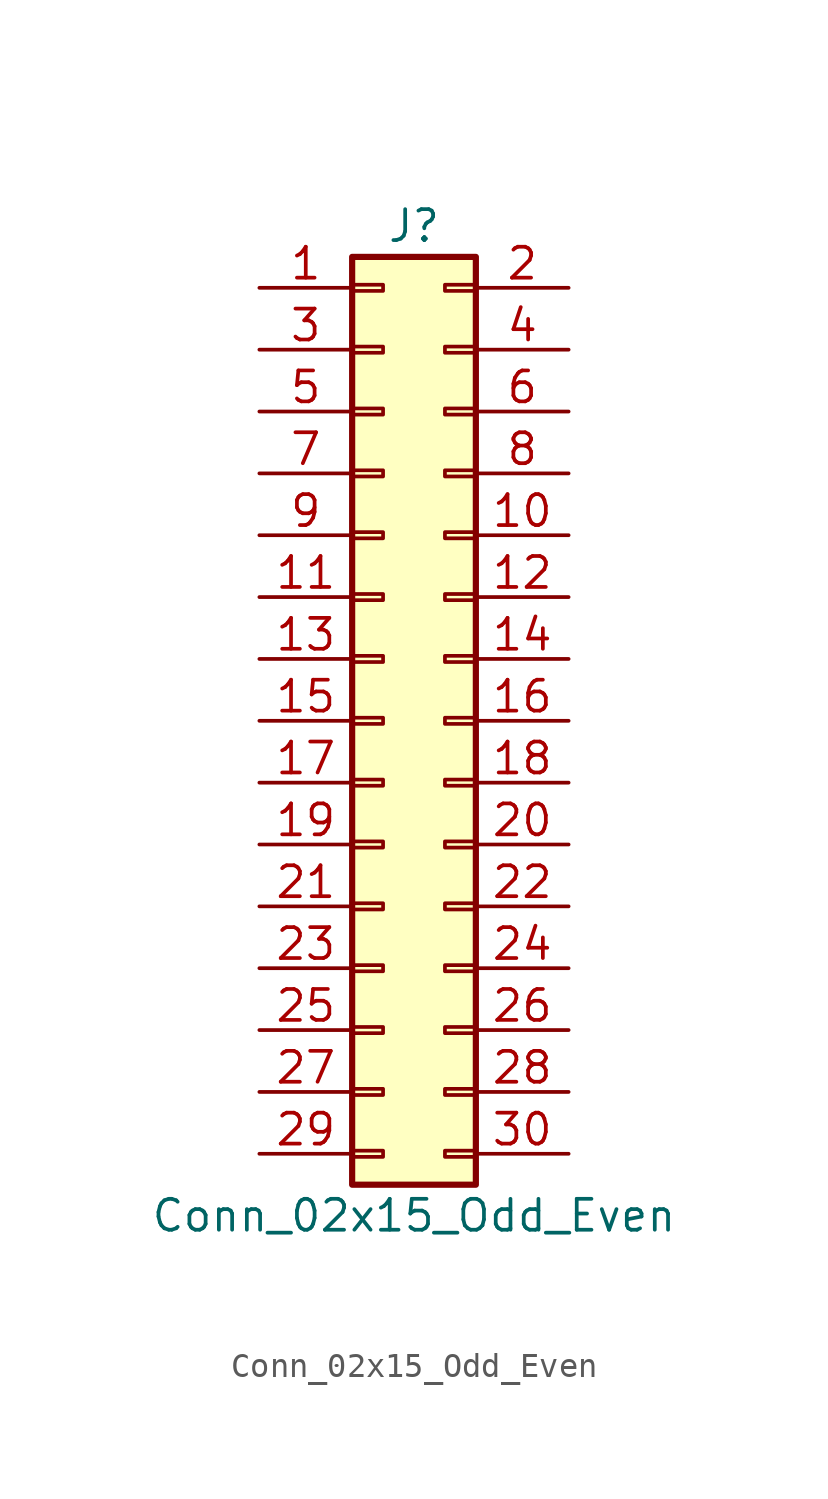
<source format=kicad_sym>
(kicad_symbol_lib
  (version 20211014)
  (generator kicad_symbol_editor)
  (symbol "Conn_02x15_Odd_Even"
    (pin_names
      (offset 1.016) hide)
    (property "Reference" "J"
      (at 1.27 20.32 0)
      (effects (font (size 1.27 1.27))))
    (property "Value" "Conn_02x15_Odd_Even"
      (at 1.27 -20.32 0)
      (effects (font (size 1.27 1.27))))
    (symbol "Conn_02x15_Odd_Even_1_1"
      (rectangle (start -1.27 -17.653) (end 0 -17.907) (stroke (width 0.152) (type default) (color 0 0 0 0)) (fill (type none)))
      (rectangle (start -1.27 -15.113) (end 0 -15.367) (stroke (width 0.152) (type default) (color 0 0 0 0)) (fill (type none)))
      (rectangle (start -1.27 -12.573) (end 0 -12.827) (stroke (width 0.152) (type default) (color 0 0 0 0)) (fill (type none)))
      (rectangle (start -1.27 -10.033) (end 0 -10.287) (stroke (width 0.152) (type default) (color 0 0 0 0)) (fill (type none)))
      (rectangle (start -1.27 -7.493) (end 0 -7.747) (stroke (width 0.152) (type default) (color 0 0 0 0)) (fill (type none)))
      (rectangle (start -1.27 -4.953) (end 0 -5.207) (stroke (width 0.152) (type default) (color 0 0 0 0)) (fill (type none)))
      (rectangle (start -1.27 -2.413) (end 0 -2.667) (stroke (width 0.152) (type default) (color 0 0 0 0)) (fill (type none)))
      (rectangle (start -1.27 0.127) (end 0 -0.127) (stroke (width 0.152) (type default) (color 0 0 0 0)) (fill (type none)))
      (rectangle (start -1.27 2.667) (end 0 2.413) (stroke (width 0.152) (type default) (color 0 0 0 0)) (fill (type none)))
      (rectangle (start -1.27 5.207) (end 0 4.953) (stroke (width 0.152) (type default) (color 0 0 0 0)) (fill (type none)))
      (rectangle (start -1.27 7.747) (end 0 7.493) (stroke (width 0.152) (type default) (color 0 0 0 0)) (fill (type none)))
      (rectangle (start -1.27 10.287) (end 0 10.033) (stroke (width 0.152) (type default) (color 0 0 0 0)) (fill (type none)))
      (rectangle (start -1.27 12.827) (end 0 12.573) (stroke (width 0.152) (type default) (color 0 0 0 0)) (fill (type none)))
      (rectangle (start -1.27 15.367) (end 0 15.113) (stroke (width 0.152) (type default) (color 0 0 0 0)) (fill (type none)))
      (rectangle (start -1.27 17.907) (end 0 17.653) (stroke (width 0.152) (type default) (color 0 0 0 0)) (fill (type none)))
      (rectangle (start -1.27 19.05) (end 3.81 -19.05) (stroke (width 0.254) (type default) (color 0 0 0 0)) (fill (type background)))
      (rectangle (start 3.81 -17.653) (end 2.54 -17.907) (stroke (width 0.152) (type default) (color 0 0 0 0)) (fill (type none)))
      (rectangle (start 3.81 -15.113) (end 2.54 -15.367) (stroke (width 0.152) (type default) (color 0 0 0 0)) (fill (type none)))
      (rectangle (start 3.81 -12.573) (end 2.54 -12.827) (stroke (width 0.152) (type default) (color 0 0 0 0)) (fill (type none)))
      (rectangle (start 3.81 -10.033) (end 2.54 -10.287) (stroke (width 0.152) (type default) (color 0 0 0 0)) (fill (type none)))
      (rectangle (start 3.81 -7.493) (end 2.54 -7.747) (stroke (width 0.152) (type default) (color 0 0 0 0)) (fill (type none)))
      (rectangle (start 3.81 -4.953) (end 2.54 -5.207) (stroke (width 0.152) (type default) (color 0 0 0 0)) (fill (type none)))
      (rectangle (start 3.81 -2.413) (end 2.54 -2.667) (stroke (width 0.152) (type default) (color 0 0 0 0)) (fill (type none)))
      (rectangle (start 3.81 0.127) (end 2.54 -0.127) (stroke (width 0.152) (type default) (color 0 0 0 0)) (fill (type none)))
      (rectangle (start 3.81 2.667) (end 2.54 2.413) (stroke (width 0.152) (type default) (color 0 0 0 0)) (fill (type none)))
      (rectangle (start 3.81 5.207) (end 2.54 4.953) (stroke (width 0.152) (type default) (color 0 0 0 0)) (fill (type none)))
      (rectangle (start 3.81 7.747) (end 2.54 7.493) (stroke (width 0.152) (type default) (color 0 0 0 0)) (fill (type none)))
      (rectangle (start 3.81 10.287) (end 2.54 10.033) (stroke (width 0.152) (type default) (color 0 0 0 0)) (fill (type none)))
      (rectangle (start 3.81 12.827) (end 2.54 12.573) (stroke (width 0.152) (type default) (color 0 0 0 0)) (fill (type none)))
      (rectangle (start 3.81 15.367) (end 2.54 15.113) (stroke (width 0.152) (type default) (color 0 0 0 0)) (fill (type none)))
      (rectangle (start 3.81 17.907) (end 2.54 17.653) (stroke (width 0.152) (type default) (color 0 0 0 0)) (fill (type none)))
      (pin power_out line (at -5.08 17.78 0) (length 3.81) (name "Pin_1" (effects (font (size 1.27 1.27)))) (number "1" (effects (font (size 1.27 1.27)))))
      (pin passive line (at 7.62 7.62 180) (length 3.81) (name "Pin_10" (effects (font (size 1.27 1.27)))) (number "10" (effects (font (size 1.27 1.27)))))
      (pin passive line (at -5.08 5.08 0) (length 3.81) (name "Pin_11" (effects (font (size 1.27 1.27)))) (number "11" (effects (font (size 1.27 1.27)))))
      (pin power_out line (at 7.62 5.08 180) (length 3.81) (name "Pin_12" (effects (font (size 1.27 1.27)))) (number "12" (effects (font (size 1.27 1.27)))))
      (pin passive line (at -5.08 2.54 0) (length 3.81) (name "Pin_13" (effects (font (size 1.27 1.27)))) (number "13" (effects (font (size 1.27 1.27)))))
      (pin passive line (at 7.62 2.54 180) (length 3.81) (name "Pin_14" (effects (font (size 1.27 1.27)))) (number "14" (effects (font (size 1.27 1.27)))))
      (pin passive line (at -5.08 0 0) (length 3.81) (name "Pin_15" (effects (font (size 1.27 1.27)))) (number "15" (effects (font (size 1.27 1.27)))))
      (pin passive line (at 7.62 0 180) (length 3.81) (name "Pin_16" (effects (font (size 1.27 1.27)))) (number "16" (effects (font (size 1.27 1.27)))))
      (pin passive line (at -5.08 -2.54 0) (length 3.81) (name "Pin_17" (effects (font (size 1.27 1.27)))) (number "17" (effects (font (size 1.27 1.27)))))
      (pin passive line (at 7.62 -2.54 180) (length 3.81) (name "Pin_18" (effects (font (size 1.27 1.27)))) (number "18" (effects (font (size 1.27 1.27)))))
      (pin passive line (at -5.08 -5.08 0) (length 3.81) (name "Pin_19" (effects (font (size 1.27 1.27)))) (number "19" (effects (font (size 1.27 1.27)))))
      (pin passive line (at 7.62 17.78 180) (length 3.81) (name "Pin_2" (effects (font (size 1.27 1.27)))) (number "2" (effects (font (size 1.27 1.27)))))
      (pin passive line (at 7.62 -5.08 180) (length 3.81) (name "Pin_20" (effects (font (size 1.27 1.27)))) (number "20" (effects (font (size 1.27 1.27)))))
      (pin power_out line (at -5.08 -7.62 0) (length 3.81) (name "Pin_21" (effects (font (size 1.27 1.27)))) (number "21" (effects (font (size 1.27 1.27)))))
      (pin passive line (at 7.62 -7.62 180) (length 3.81) (name "Pin_22" (effects (font (size 1.27 1.27)))) (number "22" (effects (font (size 1.27 1.27)))))
      (pin passive line (at -5.08 -10.16 0) (length 3.81) (name "Pin_23" (effects (font (size 1.27 1.27)))) (number "23" (effects (font (size 1.27 1.27)))))
      (pin passive line (at 7.62 -10.16 180) (length 3.81) (name "Pin_24" (effects (font (size 1.27 1.27)))) (number "24" (effects (font (size 1.27 1.27)))))
      (pin passive line (at -5.08 -12.7 0) (length 3.81) (name "Pin_25" (effects (font (size 1.27 1.27)))) (number "25" (effects (font (size 1.27 1.27)))))
      (pin passive line (at 7.62 -12.7 180) (length 3.81) (name "Pin_26" (effects (font (size 1.27 1.27)))) (number "26" (effects (font (size 1.27 1.27)))))
      (pin power_out line (at -5.08 -15.24 0) (length 3.81) (name "Pin_27" (effects (font (size 1.27 1.27)))) (number "27" (effects (font (size 1.27 1.27)))))
      (pin passive line (at 7.62 -15.24 180) (length 3.81) (name "Pin_28" (effects (font (size 1.27 1.27)))) (number "28" (effects (font (size 1.27 1.27)))))
      (pin passive line (at -5.08 -17.78 0) (length 3.81) (name "Pin_29" (effects (font (size 1.27 1.27)))) (number "29" (effects (font (size 1.27 1.27)))))
      (pin passive line (at -5.08 15.24 0) (length 3.81) (name "Pin_3" (effects (font (size 1.27 1.27)))) (number "3" (effects (font (size 1.27 1.27)))))
      (pin power_out line (at 7.62 -17.78 180) (length 3.81) (name "Pin_30" (effects (font (size 1.27 1.27)))) (number "30" (effects (font (size 1.27 1.27)))))
      (pin power_out line (at 7.62 15.24 180) (length 3.81) (name "Pin_4" (effects (font (size 1.27 1.27)))) (number "4" (effects (font (size 1.27 1.27)))))
      (pin passive line (at -5.08 12.7 0) (length 3.81) (name "Pin_5" (effects (font (size 1.27 1.27)))) (number "5" (effects (font (size 1.27 1.27)))))
      (pin passive line (at 7.62 12.7 180) (length 3.81) (name "Pin_6" (effects (font (size 1.27 1.27)))) (number "6" (effects (font (size 1.27 1.27)))))
      (pin passive line (at -5.08 10.16 0) (length 3.81) (name "Pin_7" (effects (font (size 1.27 1.27)))) (number "7" (effects (font (size 1.27 1.27)))))
      (pin passive line (at 7.62 10.16 180) (length 3.81) (name "Pin_8" (effects (font (size 1.27 1.27)))) (number "8" (effects (font (size 1.27 1.27)))))
      (pin passive line (at -5.08 7.62 0) (length 3.81) (name "Pin_9" (effects (font (size 1.27 1.27)))) (number "9" (effects (font (size 1.27 1.27))))))))
</source>
